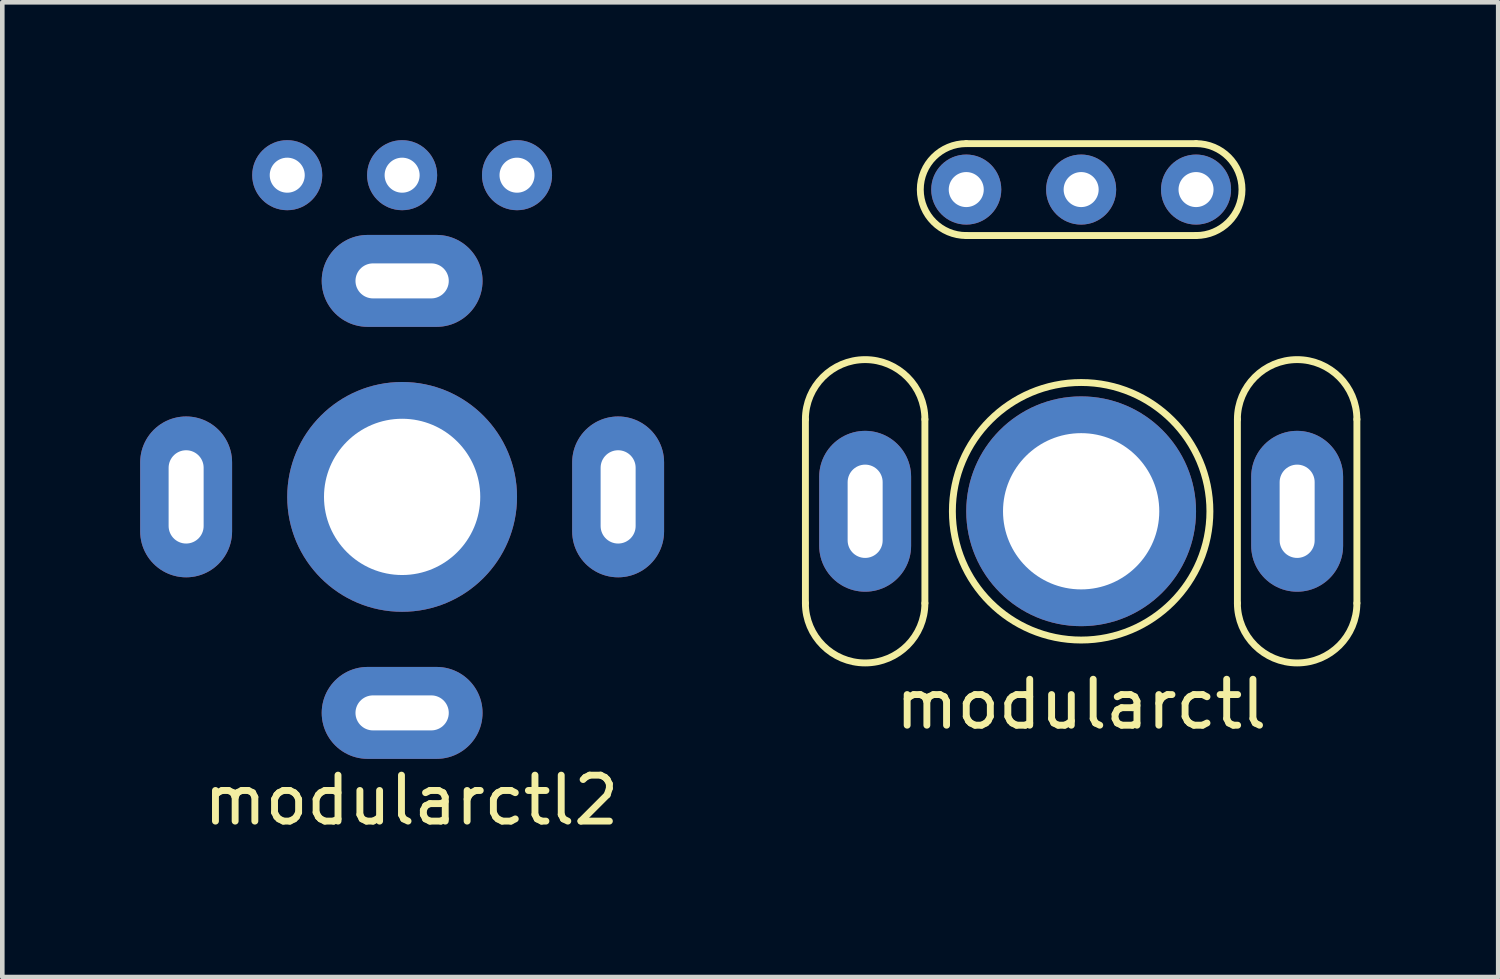
<source format=kicad_pcb>
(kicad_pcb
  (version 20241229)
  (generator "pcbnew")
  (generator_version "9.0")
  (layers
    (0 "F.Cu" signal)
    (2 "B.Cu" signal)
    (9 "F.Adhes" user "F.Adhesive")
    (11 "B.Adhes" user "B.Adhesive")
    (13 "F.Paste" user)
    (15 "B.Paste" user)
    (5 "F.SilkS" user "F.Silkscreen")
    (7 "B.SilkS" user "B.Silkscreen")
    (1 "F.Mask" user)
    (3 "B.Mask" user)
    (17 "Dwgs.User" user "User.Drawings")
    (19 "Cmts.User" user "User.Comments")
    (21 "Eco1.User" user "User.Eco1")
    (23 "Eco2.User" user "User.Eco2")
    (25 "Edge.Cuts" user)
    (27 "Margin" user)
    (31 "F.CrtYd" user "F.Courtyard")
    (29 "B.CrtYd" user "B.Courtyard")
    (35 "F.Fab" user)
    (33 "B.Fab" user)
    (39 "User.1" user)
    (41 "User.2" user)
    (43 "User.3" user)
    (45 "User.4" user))
  (footprint "modularctl2"
    (layer "F.Cu")
    (at 5.7 7.762)
    (property "Reference" "modularctl2" (at 0.2 6.6 0) (layer "F.SilkS") (effects (font (size 1 1) (thickness 0.15))))
    (attr through_hole)
    (pad "1" thru_hole oval (at 0 4.7) (size 3.5 2) (drill oval 2.03 0.762) (layers "*.Cu" "*.Mask"))
    (pad "1" thru_hole circle (at 2.5 -7) (size 1.524 1.524) (drill 0.762) (layers "*.Cu" "*.Mask"))
    (pad "2" thru_hole circle (at 0 -7) (size 1.524 1.524) (drill 0.762) (layers "*.Cu" "*.Mask"))
    (pad "2" thru_hole circle (at 0 0) (size 5 5) (drill 3.4) (layers "*.Cu" "*.Mask"))
    (pad "3" thru_hole circle (at -2.5 -7) (size 1.524 1.524) (drill 0.762) (layers "*.Cu" "*.Mask"))
    (pad "3" thru_hole oval (at 0 -4.7) (size 3.5 2) (drill oval 2.03 0.762) (layers "*.Cu" "*.Mask"))
    (pad "4" thru_hole oval (at -4.7 0) (size 2 3.5) (drill oval 0.762 2.03) (layers "*.Cu" "*.Mask"))
    (pad "4" thru_hole oval (at 4.7 0) (size 2 3.5) (drill oval 0.762 2.03) (layers "*.Cu" "*.Mask")))
  (footprint "modularctl"
    (layer "F.Cu")
    (at 20.475 8.075)
    (property "Reference" "modularctl" (at 0 4.2 0) (layer "F.SilkS") (effects (font (size 1 1) (thickness 0.15))))
    (attr through_hole)
    (fp_line (start -6 -2) (end -6 2) (stroke (width 0.15) (type solid)) (layer "F.SilkS"))
    (fp_line (start -3.4 -2) (end -3.4 2) (stroke (width 0.15) (type solid)) (layer "F.SilkS"))
    (fp_line (start -2.5 -8) (end 2.5 -8) (stroke (width 0.15) (type solid)) (layer "F.SilkS"))
    (fp_line (start -2.5 -6) (end 2.5 -6) (stroke (width 0.15) (type solid)) (layer "F.SilkS"))
    (fp_line (start 3.4 -2) (end 3.4 2) (stroke (width 0.15) (type solid)) (layer "F.SilkS"))
    (fp_line (start 6 -2) (end 6 2) (stroke (width 0.15) (type solid)) (layer "F.SilkS"))
    (fp_arc (start -6 -2) (mid -4.7 -3.3) (end -3.4 -2) (stroke (width 0.15) (type solid)) (layer "F.SilkS"))
    (fp_arc (start -3.4 2) (mid -4.7 3.3) (end -6 2) (stroke (width 0.15) (type solid)) (layer "F.SilkS"))
    (fp_arc (start -2.5 -6) (mid -3.5 -7) (end -2.5 -8) (stroke (width 0.15) (type solid)) (layer "F.SilkS"))
    (fp_arc (start 2.5 -8) (mid 3.5 -7) (end 2.5 -6) (stroke (width 0.15) (type solid)) (layer "F.SilkS"))
    (fp_arc (start 3.4 -2) (mid 4.7 -3.3) (end 6 -2) (stroke (width 0.15) (type solid)) (layer "F.SilkS"))
    (fp_arc (start 6 2) (mid 4.7 3.3) (end 3.4 2) (stroke (width 0.15) (type solid)) (layer "F.SilkS"))
    (fp_circle (center 0 0) (end 1.6 2.3) (stroke (width 0.15) (type solid)) (fill no) (layer "F.SilkS"))
    (pad "1" thru_hole circle (at -2.5 -7) (size 1.524 1.524) (drill 0.762) (layers "*.Cu" "*.Mask"))
    (pad "2" thru_hole circle (at 0 -7) (size 1.524 1.524) (drill 0.762) (layers "*.Cu" "*.Mask"))
    (pad "3" thru_hole circle (at 2.5 -7) (size 1.524 1.524) (drill 0.762) (layers "*.Cu" "*.Mask"))
    (pad "4" thru_hole oval (at -4.7 0) (size 2 3.5) (drill oval 0.762 2.03) (layers "*.Cu" "*.Mask"))
    (pad "5" thru_hole circle (at 0 0) (size 5 5) (drill 3.4) (layers "*.Cu" "*.Mask"))
    (pad "6" thru_hole oval (at 4.7 0) (size 2 3.5) (drill oval 0.762 2.03) (layers "*.Cu" "*.Mask")))
  (gr_rect
    (start -3 -3)
    (end 29.55 18.21)
    (stroke (width 0.1) (type default))
    (fill no)
    (layer "Edge.Cuts")))
</source>
